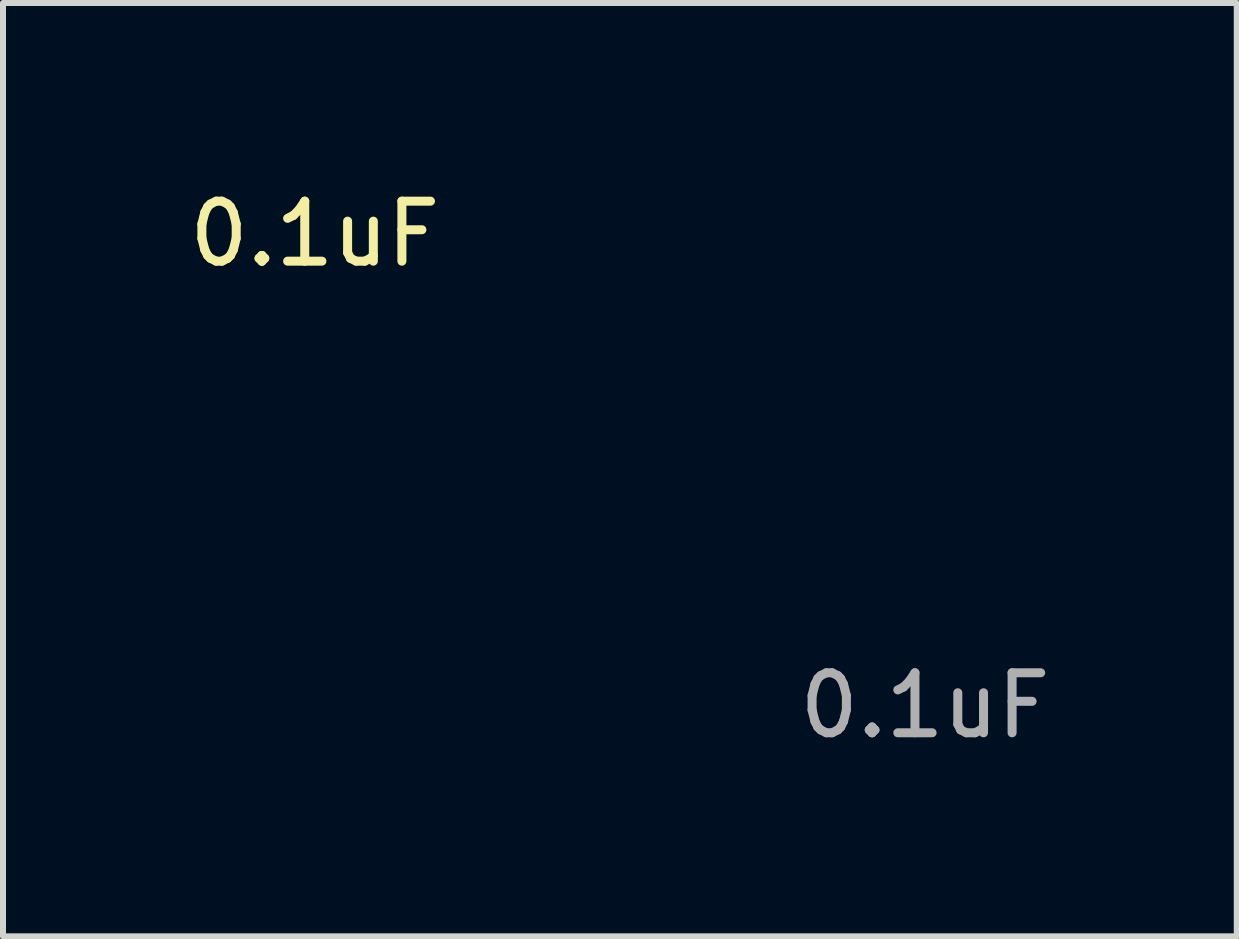
<source format=kicad_pcb>
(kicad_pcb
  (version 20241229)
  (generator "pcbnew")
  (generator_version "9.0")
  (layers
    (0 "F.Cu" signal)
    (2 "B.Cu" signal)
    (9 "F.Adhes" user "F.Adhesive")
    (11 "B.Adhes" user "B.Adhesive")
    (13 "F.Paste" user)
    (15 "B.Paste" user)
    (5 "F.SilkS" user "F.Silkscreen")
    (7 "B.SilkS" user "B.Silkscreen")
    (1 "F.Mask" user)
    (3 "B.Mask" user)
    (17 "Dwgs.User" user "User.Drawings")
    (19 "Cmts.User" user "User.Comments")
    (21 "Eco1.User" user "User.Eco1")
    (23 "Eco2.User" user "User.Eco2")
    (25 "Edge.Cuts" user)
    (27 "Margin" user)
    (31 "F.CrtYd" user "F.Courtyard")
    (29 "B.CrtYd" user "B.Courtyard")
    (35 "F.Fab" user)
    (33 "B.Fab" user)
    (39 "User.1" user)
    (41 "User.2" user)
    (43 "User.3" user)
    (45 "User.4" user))
  (footprint "0.1uF"
    (layer "F.Cu")
    (at 5.776 5.718)
    (property "Reference" "0.1uF" (at -3.58 -4.87 0) (unlocked yes) (layer "F.SilkS") (effects (font (size 1 1) (thickness 0.15))))
    (attr smd)
    (fp_text user "${REFERENCE}" (at 6.59 2.99 0) (unlocked yes) (layer "F.Fab") (effects (font (size 1 1) (thickness 0.15)))))
  (gr_rect
    (start -3 -3)
    (end 17.563 12.556)
    (stroke (width 0.1) (type default))
    (fill no)
    (layer "Edge.Cuts")))
</source>
